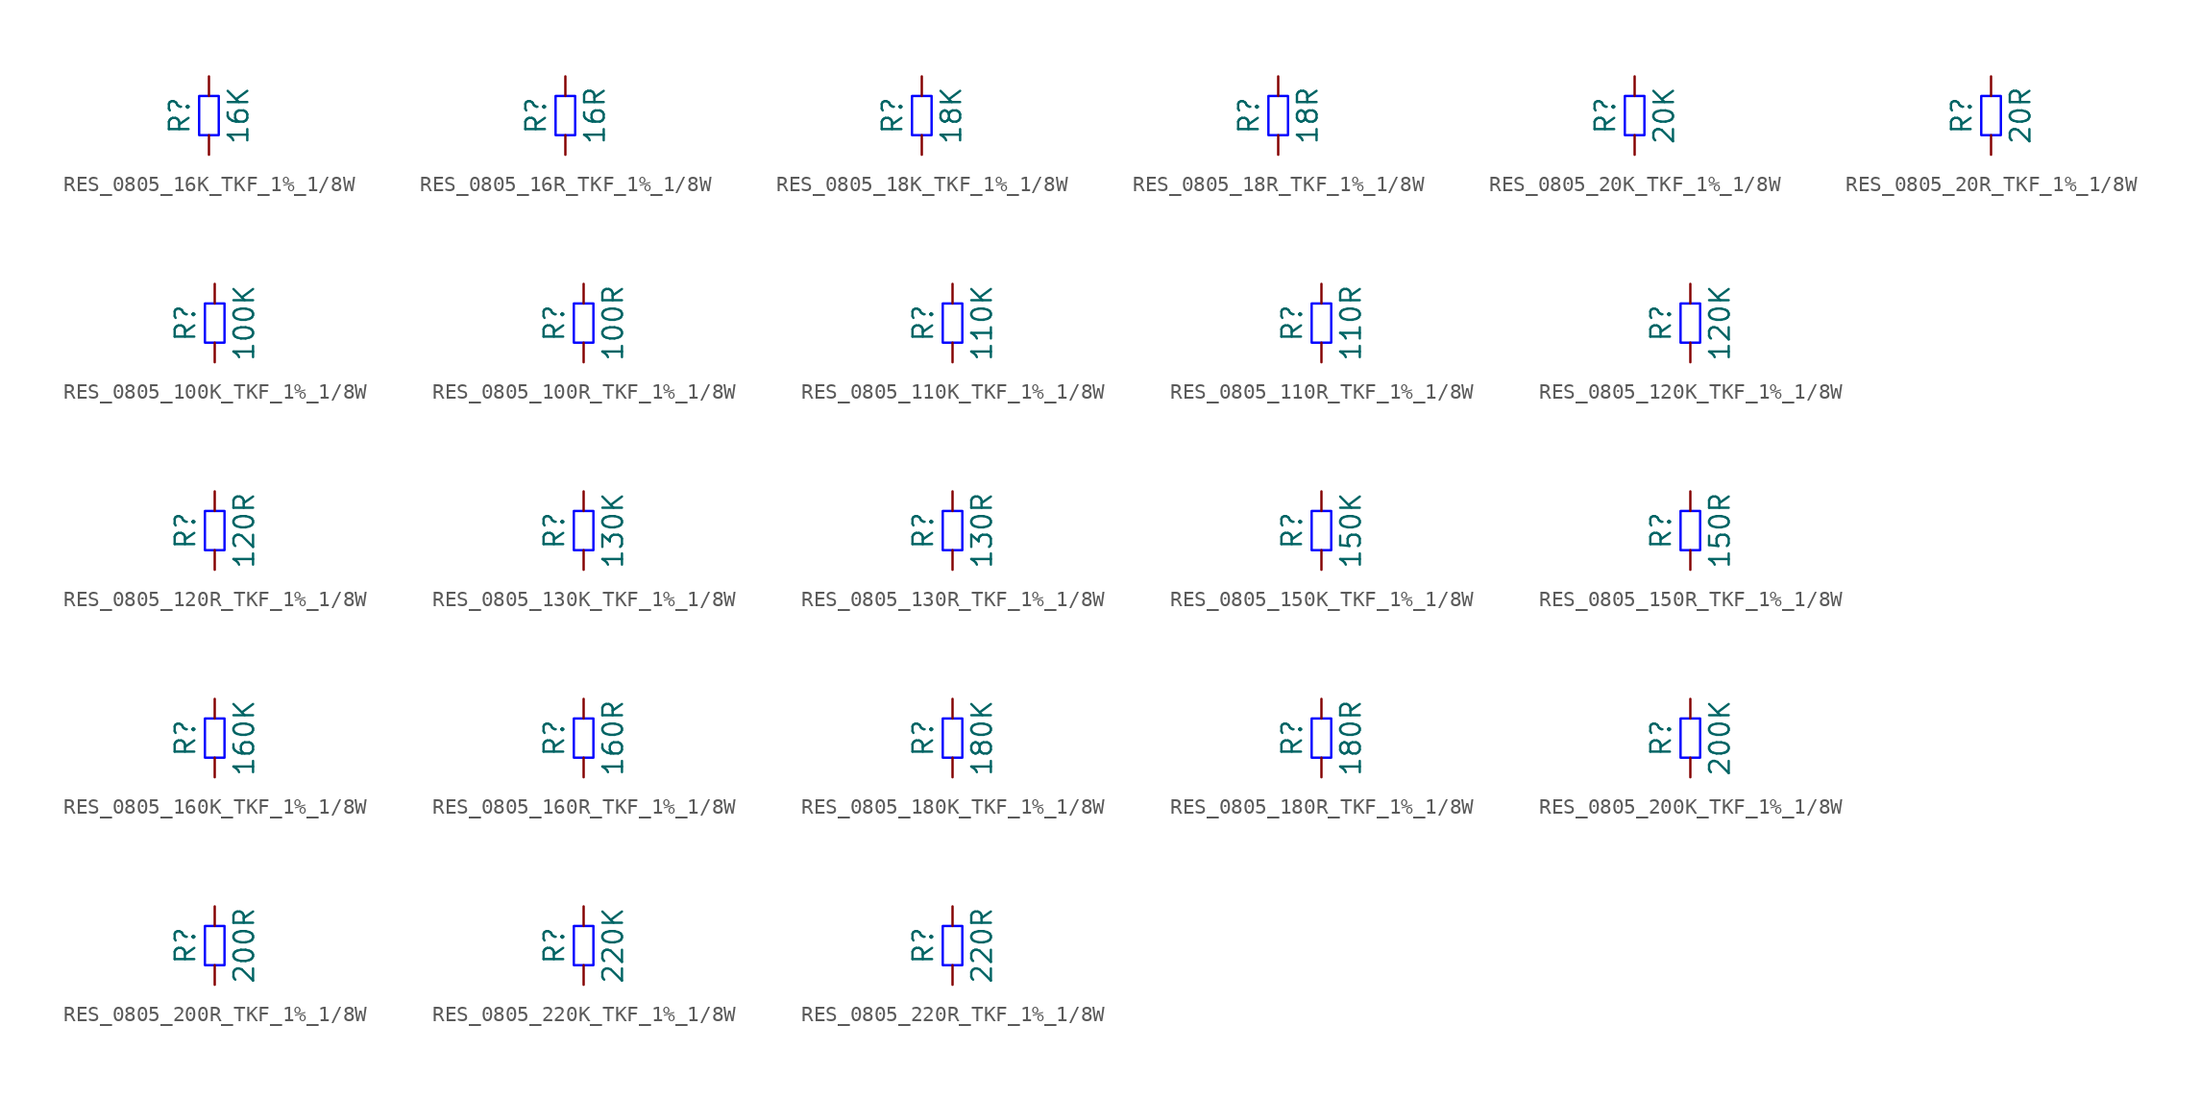
<source format=kicad_sym>
(kicad_symbol_lib
  (version 20220914)
  (generator kicad_symbol_editor)
  (symbol "RES_0805_16K_TKF_1%_1/8W"
    (pin_numbers hide)
    (pin_names
      (offset 0) hide)
    (property "Reference" "R"
      (at -1.905 0 90)
      (do_not_autoplace)
      (effects (font (size 1.27 1.27))))
    (property "Value" "16K"
      (at 1.905 0 90)
      (do_not_autoplace)
      (effects (font (size 1.27 1.27))))
    (symbol "RES_0805_16K_TKF_1%_1/8W_1_1"
      (rectangle (start -0.635 -1.27) (end 0.635 1.27) (stroke (width 0) (type solid) (color 0 0 255 1)) (fill (type none)))
      (pin passive line (at 0 -2.54 90) (length 1.27) (name "~" (effects (font (size 1.27 1.27)))) (number "1" (effects (font (size 1.27 1.27)))))
      (pin passive line (at 0 2.54 270) (length 1.27) (name "~" (effects (font (size 1.27 1.27)))) (number "2" (effects (font (size 1.27 1.27)))))))
  (symbol "RES_0805_16R_TKF_1%_1/8W"
    (pin_numbers hide)
    (pin_names
      (offset 0) hide)
    (property "Reference" "R"
      (at -1.905 0 90)
      (do_not_autoplace)
      (effects (font (size 1.27 1.27))))
    (property "Value" "16R"
      (at 1.905 0 90)
      (do_not_autoplace)
      (effects (font (size 1.27 1.27))))
    (symbol "RES_0805_16R_TKF_1%_1/8W_1_1"
      (rectangle (start -0.635 -1.27) (end 0.635 1.27) (stroke (width 0) (type solid) (color 0 0 255 1)) (fill (type none)))
      (pin passive line (at 0 -2.54 90) (length 1.27) (name "~" (effects (font (size 1.27 1.27)))) (number "1" (effects (font (size 1.27 1.27)))))
      (pin passive line (at 0 2.54 270) (length 1.27) (name "~" (effects (font (size 1.27 1.27)))) (number "2" (effects (font (size 1.27 1.27)))))))
  (symbol "RES_0805_18K_TKF_1%_1/8W"
    (pin_numbers hide)
    (pin_names
      (offset 0) hide)
    (property "Reference" "R"
      (at -1.905 0 90)
      (do_not_autoplace)
      (effects (font (size 1.27 1.27))))
    (property "Value" "18K"
      (at 1.905 0 90)
      (do_not_autoplace)
      (effects (font (size 1.27 1.27))))
    (symbol "RES_0805_18K_TKF_1%_1/8W_1_1"
      (rectangle (start -0.635 -1.27) (end 0.635 1.27) (stroke (width 0) (type solid) (color 0 0 255 1)) (fill (type none)))
      (pin passive line (at 0 -2.54 90) (length 1.27) (name "~" (effects (font (size 1.27 1.27)))) (number "1" (effects (font (size 1.27 1.27)))))
      (pin passive line (at 0 2.54 270) (length 1.27) (name "~" (effects (font (size 1.27 1.27)))) (number "2" (effects (font (size 1.27 1.27)))))))
  (symbol "RES_0805_18R_TKF_1%_1/8W"
    (pin_numbers hide)
    (pin_names
      (offset 0) hide)
    (property "Reference" "R"
      (at -1.905 0 90)
      (do_not_autoplace)
      (effects (font (size 1.27 1.27))))
    (property "Value" "18R"
      (at 1.905 0 90)
      (do_not_autoplace)
      (effects (font (size 1.27 1.27))))
    (symbol "RES_0805_18R_TKF_1%_1/8W_1_1"
      (rectangle (start -0.635 -1.27) (end 0.635 1.27) (stroke (width 0) (type solid) (color 0 0 255 1)) (fill (type none)))
      (pin passive line (at 0 -2.54 90) (length 1.27) (name "~" (effects (font (size 1.27 1.27)))) (number "1" (effects (font (size 1.27 1.27)))))
      (pin passive line (at 0 2.54 270) (length 1.27) (name "~" (effects (font (size 1.27 1.27)))) (number "2" (effects (font (size 1.27 1.27)))))))
  (symbol "RES_0805_20K_TKF_1%_1/8W"
    (pin_numbers hide)
    (pin_names
      (offset 0) hide)
    (property "Reference" "R"
      (at -1.905 0 90)
      (do_not_autoplace)
      (effects (font (size 1.27 1.27))))
    (property "Value" "20K"
      (at 1.905 0 90)
      (do_not_autoplace)
      (effects (font (size 1.27 1.27))))
    (symbol "RES_0805_20K_TKF_1%_1/8W_1_1"
      (rectangle (start -0.635 -1.27) (end 0.635 1.27) (stroke (width 0) (type solid) (color 0 0 255 1)) (fill (type none)))
      (pin passive line (at 0 -2.54 90) (length 1.27) (name "~" (effects (font (size 1.27 1.27)))) (number "1" (effects (font (size 1.27 1.27)))))
      (pin passive line (at 0 2.54 270) (length 1.27) (name "~" (effects (font (size 1.27 1.27)))) (number "2" (effects (font (size 1.27 1.27)))))))
  (symbol "RES_0805_20R_TKF_1%_1/8W"
    (pin_numbers hide)
    (pin_names
      (offset 0) hide)
    (property "Reference" "R"
      (at -1.905 0 90)
      (do_not_autoplace)
      (effects (font (size 1.27 1.27))))
    (property "Value" "20R"
      (at 1.905 0 90)
      (do_not_autoplace)
      (effects (font (size 1.27 1.27))))
    (symbol "RES_0805_20R_TKF_1%_1/8W_1_1"
      (rectangle (start -0.635 -1.27) (end 0.635 1.27) (stroke (width 0) (type solid) (color 0 0 255 1)) (fill (type none)))
      (pin passive line (at 0 -2.54 90) (length 1.27) (name "~" (effects (font (size 1.27 1.27)))) (number "1" (effects (font (size 1.27 1.27)))))
      (pin passive line (at 0 2.54 270) (length 1.27) (name "~" (effects (font (size 1.27 1.27)))) (number "2" (effects (font (size 1.27 1.27)))))))
  (symbol "RES_0805_100K_TKF_1%_1/8W"
    (pin_numbers hide)
    (pin_names
      (offset 0) hide)
    (property "Reference" "R"
      (at -1.905 0 90)
      (do_not_autoplace)
      (effects (font (size 1.27 1.27))))
    (property "Value" "100K"
      (at 1.905 0 90)
      (do_not_autoplace)
      (effects (font (size 1.27 1.27))))
    (symbol "RES_0805_100K_TKF_1%_1/8W_1_1"
      (rectangle (start -0.635 -1.27) (end 0.635 1.27) (stroke (width 0) (type solid) (color 0 0 255 1)) (fill (type none)))
      (pin passive line (at 0 -2.54 90) (length 1.27) (name "~" (effects (font (size 1.27 1.27)))) (number "1" (effects (font (size 1.27 1.27)))))
      (pin passive line (at 0 2.54 270) (length 1.27) (name "~" (effects (font (size 1.27 1.27)))) (number "2" (effects (font (size 1.27 1.27)))))))
  (symbol "RES_0805_100R_TKF_1%_1/8W"
    (pin_numbers hide)
    (pin_names
      (offset 0) hide)
    (property "Reference" "R"
      (at -1.905 0 90)
      (do_not_autoplace)
      (effects (font (size 1.27 1.27))))
    (property "Value" "100R"
      (at 1.905 0 90)
      (do_not_autoplace)
      (effects (font (size 1.27 1.27))))
    (symbol "RES_0805_100R_TKF_1%_1/8W_1_1"
      (rectangle (start -0.635 -1.27) (end 0.635 1.27) (stroke (width 0) (type solid) (color 0 0 255 1)) (fill (type none)))
      (pin passive line (at 0 -2.54 90) (length 1.27) (name "~" (effects (font (size 1.27 1.27)))) (number "1" (effects (font (size 1.27 1.27)))))
      (pin passive line (at 0 2.54 270) (length 1.27) (name "~" (effects (font (size 1.27 1.27)))) (number "2" (effects (font (size 1.27 1.27)))))))
  (symbol "RES_0805_110K_TKF_1%_1/8W"
    (pin_numbers hide)
    (pin_names
      (offset 0) hide)
    (property "Reference" "R"
      (at -1.905 0 90)
      (do_not_autoplace)
      (effects (font (size 1.27 1.27))))
    (property "Value" "110K"
      (at 1.905 0 90)
      (do_not_autoplace)
      (effects (font (size 1.27 1.27))))
    (symbol "RES_0805_110K_TKF_1%_1/8W_1_1"
      (rectangle (start -0.635 -1.27) (end 0.635 1.27) (stroke (width 0) (type solid) (color 0 0 255 1)) (fill (type none)))
      (pin passive line (at 0 -2.54 90) (length 1.27) (name "~" (effects (font (size 1.27 1.27)))) (number "1" (effects (font (size 1.27 1.27)))))
      (pin passive line (at 0 2.54 270) (length 1.27) (name "~" (effects (font (size 1.27 1.27)))) (number "2" (effects (font (size 1.27 1.27)))))))
  (symbol "RES_0805_110R_TKF_1%_1/8W"
    (pin_numbers hide)
    (pin_names
      (offset 0) hide)
    (property "Reference" "R"
      (at -1.905 0 90)
      (do_not_autoplace)
      (effects (font (size 1.27 1.27))))
    (property "Value" "110R"
      (at 1.905 0 90)
      (do_not_autoplace)
      (effects (font (size 1.27 1.27))))
    (symbol "RES_0805_110R_TKF_1%_1/8W_1_1"
      (rectangle (start -0.635 -1.27) (end 0.635 1.27) (stroke (width 0) (type solid) (color 0 0 255 1)) (fill (type none)))
      (pin passive line (at 0 -2.54 90) (length 1.27) (name "~" (effects (font (size 1.27 1.27)))) (number "1" (effects (font (size 1.27 1.27)))))
      (pin passive line (at 0 2.54 270) (length 1.27) (name "~" (effects (font (size 1.27 1.27)))) (number "2" (effects (font (size 1.27 1.27)))))))
  (symbol "RES_0805_120K_TKF_1%_1/8W"
    (pin_numbers hide)
    (pin_names
      (offset 0) hide)
    (property "Reference" "R"
      (at -1.905 0 90)
      (do_not_autoplace)
      (effects (font (size 1.27 1.27))))
    (property "Value" "120K"
      (at 1.905 0 90)
      (do_not_autoplace)
      (effects (font (size 1.27 1.27))))
    (symbol "RES_0805_120K_TKF_1%_1/8W_1_1"
      (rectangle (start -0.635 -1.27) (end 0.635 1.27) (stroke (width 0) (type solid) (color 0 0 255 1)) (fill (type none)))
      (pin passive line (at 0 -2.54 90) (length 1.27) (name "~" (effects (font (size 1.27 1.27)))) (number "1" (effects (font (size 1.27 1.27)))))
      (pin passive line (at 0 2.54 270) (length 1.27) (name "~" (effects (font (size 1.27 1.27)))) (number "2" (effects (font (size 1.27 1.27)))))))
  (symbol "RES_0805_120R_TKF_1%_1/8W"
    (pin_numbers hide)
    (pin_names
      (offset 0) hide)
    (property "Reference" "R"
      (at -1.905 0 90)
      (do_not_autoplace)
      (effects (font (size 1.27 1.27))))
    (property "Value" "120R"
      (at 1.905 0 90)
      (do_not_autoplace)
      (effects (font (size 1.27 1.27))))
    (symbol "RES_0805_120R_TKF_1%_1/8W_1_1"
      (rectangle (start -0.635 -1.27) (end 0.635 1.27) (stroke (width 0) (type solid) (color 0 0 255 1)) (fill (type none)))
      (pin passive line (at 0 -2.54 90) (length 1.27) (name "~" (effects (font (size 1.27 1.27)))) (number "1" (effects (font (size 1.27 1.27)))))
      (pin passive line (at 0 2.54 270) (length 1.27) (name "~" (effects (font (size 1.27 1.27)))) (number "2" (effects (font (size 1.27 1.27)))))))
  (symbol "RES_0805_130K_TKF_1%_1/8W"
    (pin_numbers hide)
    (pin_names
      (offset 0) hide)
    (property "Reference" "R"
      (at -1.905 0 90)
      (do_not_autoplace)
      (effects (font (size 1.27 1.27))))
    (property "Value" "130K"
      (at 1.905 0 90)
      (do_not_autoplace)
      (effects (font (size 1.27 1.27))))
    (symbol "RES_0805_130K_TKF_1%_1/8W_1_1"
      (rectangle (start -0.635 -1.27) (end 0.635 1.27) (stroke (width 0) (type solid) (color 0 0 255 1)) (fill (type none)))
      (pin passive line (at 0 -2.54 90) (length 1.27) (name "~" (effects (font (size 1.27 1.27)))) (number "1" (effects (font (size 1.27 1.27)))))
      (pin passive line (at 0 2.54 270) (length 1.27) (name "~" (effects (font (size 1.27 1.27)))) (number "2" (effects (font (size 1.27 1.27)))))))
  (symbol "RES_0805_130R_TKF_1%_1/8W"
    (pin_numbers hide)
    (pin_names
      (offset 0) hide)
    (property "Reference" "R"
      (at -1.905 0 90)
      (do_not_autoplace)
      (effects (font (size 1.27 1.27))))
    (property "Value" "130R"
      (at 1.905 0 90)
      (do_not_autoplace)
      (effects (font (size 1.27 1.27))))
    (symbol "RES_0805_130R_TKF_1%_1/8W_1_1"
      (rectangle (start -0.635 -1.27) (end 0.635 1.27) (stroke (width 0) (type solid) (color 0 0 255 1)) (fill (type none)))
      (pin passive line (at 0 -2.54 90) (length 1.27) (name "~" (effects (font (size 1.27 1.27)))) (number "1" (effects (font (size 1.27 1.27)))))
      (pin passive line (at 0 2.54 270) (length 1.27) (name "~" (effects (font (size 1.27 1.27)))) (number "2" (effects (font (size 1.27 1.27)))))))
  (symbol "RES_0805_150K_TKF_1%_1/8W"
    (pin_numbers hide)
    (pin_names
      (offset 0) hide)
    (property "Reference" "R"
      (at -1.905 0 90)
      (do_not_autoplace)
      (effects (font (size 1.27 1.27))))
    (property "Value" "150K"
      (at 1.905 0 90)
      (do_not_autoplace)
      (effects (font (size 1.27 1.27))))
    (symbol "RES_0805_150K_TKF_1%_1/8W_1_1"
      (rectangle (start -0.635 -1.27) (end 0.635 1.27) (stroke (width 0) (type solid) (color 0 0 255 1)) (fill (type none)))
      (pin passive line (at 0 -2.54 90) (length 1.27) (name "~" (effects (font (size 1.27 1.27)))) (number "1" (effects (font (size 1.27 1.27)))))
      (pin passive line (at 0 2.54 270) (length 1.27) (name "~" (effects (font (size 1.27 1.27)))) (number "2" (effects (font (size 1.27 1.27)))))))
  (symbol "RES_0805_150R_TKF_1%_1/8W"
    (pin_numbers hide)
    (pin_names
      (offset 0) hide)
    (property "Reference" "R"
      (at -1.905 0 90)
      (do_not_autoplace)
      (effects (font (size 1.27 1.27))))
    (property "Value" "150R"
      (at 1.905 0 90)
      (do_not_autoplace)
      (effects (font (size 1.27 1.27))))
    (symbol "RES_0805_150R_TKF_1%_1/8W_1_1"
      (rectangle (start -0.635 -1.27) (end 0.635 1.27) (stroke (width 0) (type solid) (color 0 0 255 1)) (fill (type none)))
      (pin passive line (at 0 -2.54 90) (length 1.27) (name "~" (effects (font (size 1.27 1.27)))) (number "1" (effects (font (size 1.27 1.27)))))
      (pin passive line (at 0 2.54 270) (length 1.27) (name "~" (effects (font (size 1.27 1.27)))) (number "2" (effects (font (size 1.27 1.27)))))))
  (symbol "RES_0805_160K_TKF_1%_1/8W"
    (pin_numbers hide)
    (pin_names
      (offset 0) hide)
    (property "Reference" "R"
      (at -1.905 0 90)
      (do_not_autoplace)
      (effects (font (size 1.27 1.27))))
    (property "Value" "160K"
      (at 1.905 0 90)
      (do_not_autoplace)
      (effects (font (size 1.27 1.27))))
    (symbol "RES_0805_160K_TKF_1%_1/8W_1_1"
      (rectangle (start -0.635 -1.27) (end 0.635 1.27) (stroke (width 0) (type solid) (color 0 0 255 1)) (fill (type none)))
      (pin passive line (at 0 -2.54 90) (length 1.27) (name "~" (effects (font (size 1.27 1.27)))) (number "1" (effects (font (size 1.27 1.27)))))
      (pin passive line (at 0 2.54 270) (length 1.27) (name "~" (effects (font (size 1.27 1.27)))) (number "2" (effects (font (size 1.27 1.27)))))))
  (symbol "RES_0805_160R_TKF_1%_1/8W"
    (pin_numbers hide)
    (pin_names
      (offset 0) hide)
    (property "Reference" "R"
      (at -1.905 0 90)
      (do_not_autoplace)
      (effects (font (size 1.27 1.27))))
    (property "Value" "160R"
      (at 1.905 0 90)
      (do_not_autoplace)
      (effects (font (size 1.27 1.27))))
    (symbol "RES_0805_160R_TKF_1%_1/8W_1_1"
      (rectangle (start -0.635 -1.27) (end 0.635 1.27) (stroke (width 0) (type solid) (color 0 0 255 1)) (fill (type none)))
      (pin passive line (at 0 -2.54 90) (length 1.27) (name "~" (effects (font (size 1.27 1.27)))) (number "1" (effects (font (size 1.27 1.27)))))
      (pin passive line (at 0 2.54 270) (length 1.27) (name "~" (effects (font (size 1.27 1.27)))) (number "2" (effects (font (size 1.27 1.27)))))))
  (symbol "RES_0805_180K_TKF_1%_1/8W"
    (pin_numbers hide)
    (pin_names
      (offset 0) hide)
    (property "Reference" "R"
      (at -1.905 0 90)
      (do_not_autoplace)
      (effects (font (size 1.27 1.27))))
    (property "Value" "180K"
      (at 1.905 0 90)
      (do_not_autoplace)
      (effects (font (size 1.27 1.27))))
    (symbol "RES_0805_180K_TKF_1%_1/8W_1_1"
      (rectangle (start -0.635 -1.27) (end 0.635 1.27) (stroke (width 0) (type solid) (color 0 0 255 1)) (fill (type none)))
      (pin passive line (at 0 -2.54 90) (length 1.27) (name "~" (effects (font (size 1.27 1.27)))) (number "1" (effects (font (size 1.27 1.27)))))
      (pin passive line (at 0 2.54 270) (length 1.27) (name "~" (effects (font (size 1.27 1.27)))) (number "2" (effects (font (size 1.27 1.27)))))))
  (symbol "RES_0805_180R_TKF_1%_1/8W"
    (pin_numbers hide)
    (pin_names
      (offset 0) hide)
    (property "Reference" "R"
      (at -1.905 0 90)
      (do_not_autoplace)
      (effects (font (size 1.27 1.27))))
    (property "Value" "180R"
      (at 1.905 0 90)
      (do_not_autoplace)
      (effects (font (size 1.27 1.27))))
    (symbol "RES_0805_180R_TKF_1%_1/8W_1_1"
      (rectangle (start -0.635 -1.27) (end 0.635 1.27) (stroke (width 0) (type solid) (color 0 0 255 1)) (fill (type none)))
      (pin passive line (at 0 -2.54 90) (length 1.27) (name "~" (effects (font (size 1.27 1.27)))) (number "1" (effects (font (size 1.27 1.27)))))
      (pin passive line (at 0 2.54 270) (length 1.27) (name "~" (effects (font (size 1.27 1.27)))) (number "2" (effects (font (size 1.27 1.27)))))))
  (symbol "RES_0805_200K_TKF_1%_1/8W"
    (pin_numbers hide)
    (pin_names
      (offset 0) hide)
    (property "Reference" "R"
      (at -1.905 0 90)
      (do_not_autoplace)
      (effects (font (size 1.27 1.27))))
    (property "Value" "200K"
      (at 1.905 0 90)
      (do_not_autoplace)
      (effects (font (size 1.27 1.27))))
    (symbol "RES_0805_200K_TKF_1%_1/8W_1_1"
      (rectangle (start -0.635 -1.27) (end 0.635 1.27) (stroke (width 0) (type solid) (color 0 0 255 1)) (fill (type none)))
      (pin passive line (at 0 -2.54 90) (length 1.27) (name "~" (effects (font (size 1.27 1.27)))) (number "1" (effects (font (size 1.27 1.27)))))
      (pin passive line (at 0 2.54 270) (length 1.27) (name "~" (effects (font (size 1.27 1.27)))) (number "2" (effects (font (size 1.27 1.27)))))))
  (symbol "RES_0805_200R_TKF_1%_1/8W"
    (pin_numbers hide)
    (pin_names
      (offset 0) hide)
    (property "Reference" "R"
      (at -1.905 0 90)
      (do_not_autoplace)
      (effects (font (size 1.27 1.27))))
    (property "Value" "200R"
      (at 1.905 0 90)
      (do_not_autoplace)
      (effects (font (size 1.27 1.27))))
    (symbol "RES_0805_200R_TKF_1%_1/8W_1_1"
      (rectangle (start -0.635 -1.27) (end 0.635 1.27) (stroke (width 0) (type solid) (color 0 0 255 1)) (fill (type none)))
      (pin passive line (at 0 -2.54 90) (length 1.27) (name "~" (effects (font (size 1.27 1.27)))) (number "1" (effects (font (size 1.27 1.27)))))
      (pin passive line (at 0 2.54 270) (length 1.27) (name "~" (effects (font (size 1.27 1.27)))) (number "2" (effects (font (size 1.27 1.27)))))))
  (symbol "RES_0805_220K_TKF_1%_1/8W"
    (pin_numbers hide)
    (pin_names
      (offset 0) hide)
    (property "Reference" "R"
      (at -1.905 0 90)
      (do_not_autoplace)
      (effects (font (size 1.27 1.27))))
    (property "Value" "220K"
      (at 1.905 0 90)
      (do_not_autoplace)
      (effects (font (size 1.27 1.27))))
    (symbol "RES_0805_220K_TKF_1%_1/8W_1_1"
      (rectangle (start -0.635 -1.27) (end 0.635 1.27) (stroke (width 0) (type solid) (color 0 0 255 1)) (fill (type none)))
      (pin passive line (at 0 -2.54 90) (length 1.27) (name "~" (effects (font (size 1.27 1.27)))) (number "1" (effects (font (size 1.27 1.27)))))
      (pin passive line (at 0 2.54 270) (length 1.27) (name "~" (effects (font (size 1.27 1.27)))) (number "2" (effects (font (size 1.27 1.27)))))))
  (symbol "RES_0805_220R_TKF_1%_1/8W"
    (pin_numbers hide)
    (pin_names
      (offset 0) hide)
    (property "Reference" "R"
      (at -1.905 0 90)
      (do_not_autoplace)
      (effects (font (size 1.27 1.27))))
    (property "Value" "220R"
      (at 1.905 0 90)
      (do_not_autoplace)
      (effects (font (size 1.27 1.27))))
    (symbol "RES_0805_220R_TKF_1%_1/8W_1_1"
      (rectangle (start -0.635 -1.27) (end 0.635 1.27) (stroke (width 0) (type solid) (color 0 0 255 1)) (fill (type none)))
      (pin passive line (at 0 -2.54 90) (length 1.27) (name "~" (effects (font (size 1.27 1.27)))) (number "1" (effects (font (size 1.27 1.27)))))
      (pin passive line (at 0 2.54 270) (length 1.27) (name "~" (effects (font (size 1.27 1.27)))) (number "2" (effects (font (size 1.27 1.27))))))))
</source>
